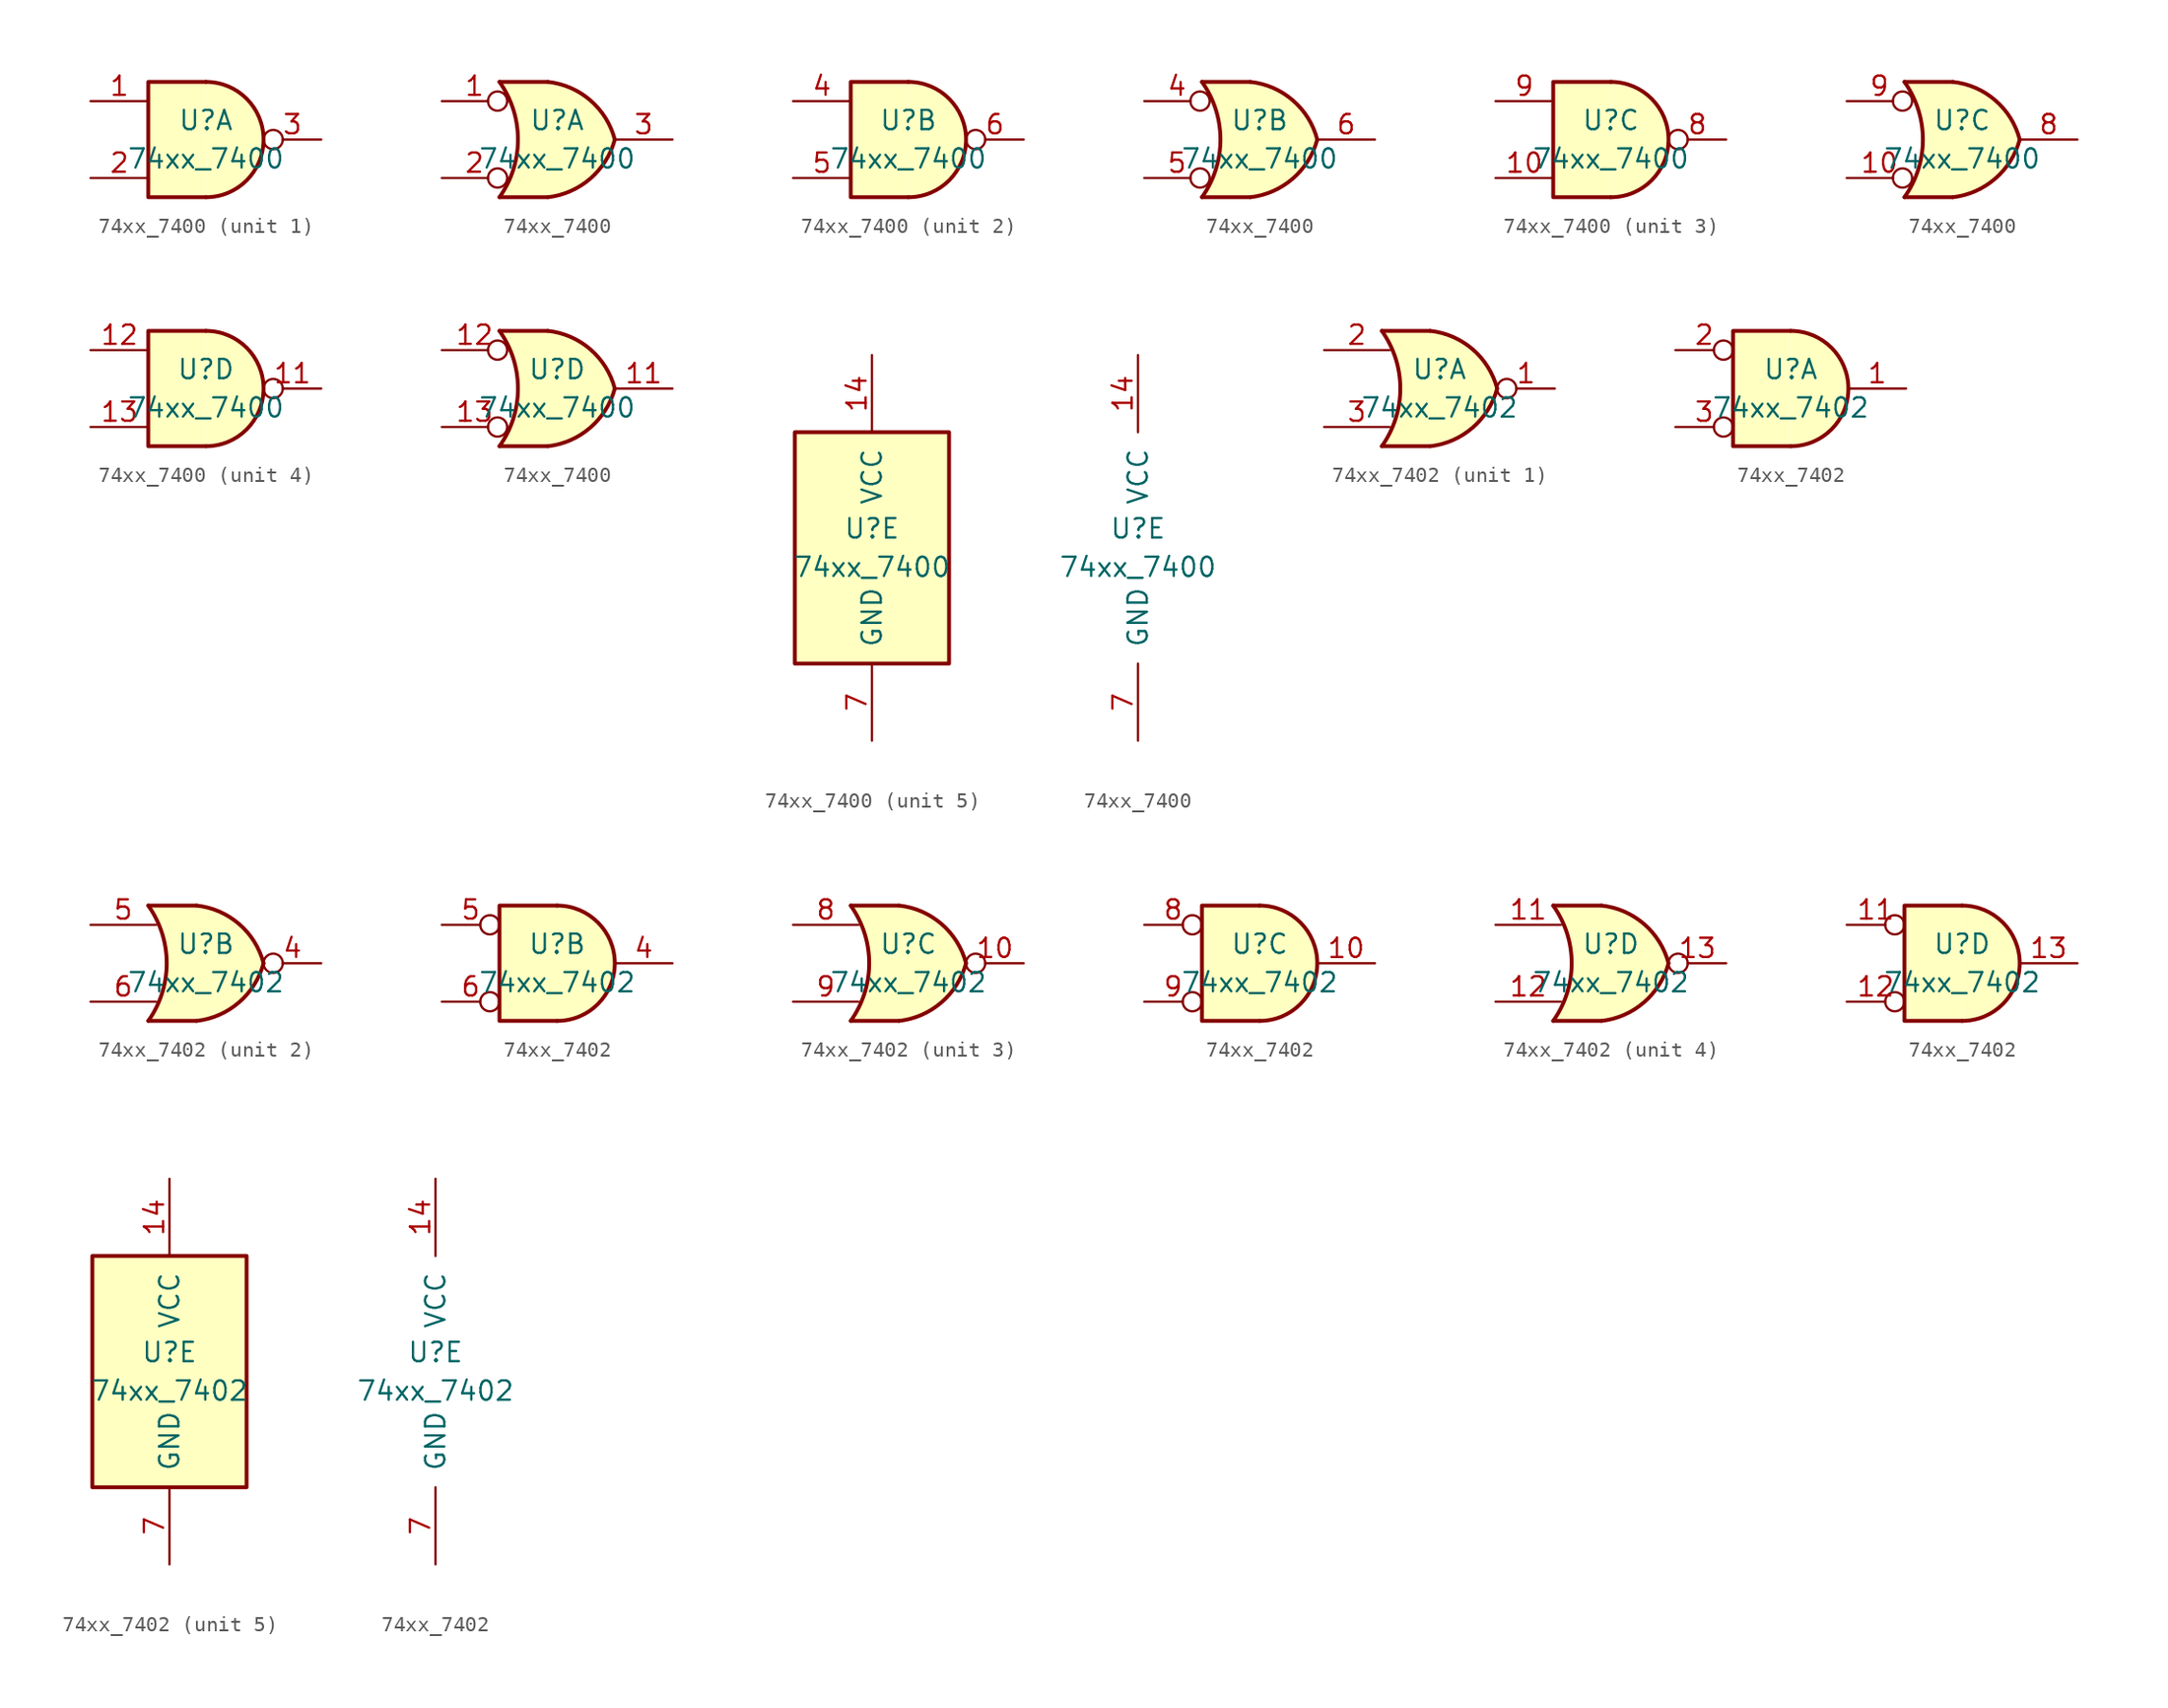
<source format=kicad_sym>
(kicad_symbol_lib
  (version 20220914)
  (generator kicad_symbol_editor)
  (symbol "74xx_7400"
    (pin_names
      (offset 1.016))
    (property "Reference" "U"
      (at 0 1.27 0)
      (effects (font (size 1.27 1.27))))
    (property "Value" "74xx_7400"
      (at 0 -1.27 0)
      (effects (font (size 1.27 1.27))))
    (property "ki_locked" ""
      (at 0 0 0)
      (effects (font (size 1.27 1.27))))
    (symbol "74xx_7400_1_1"
      (arc (start 0 -3.81) (mid 3.81 0) (end 0 3.81) (stroke (width 0.254) (type solid)) (fill (type background)))
      (polyline (pts (xy 0 3.81) (xy -3.81 3.81) (xy -3.81 -3.81) (xy 0 -3.81)) (stroke (width 0.254) (type solid)) (fill (type background)))
      (pin input line (at -7.62 2.54 0) (length 3.81) (name "~" (effects (font (size 1.27 1.27)))) (number "1" (effects (font (size 1.27 1.27)))))
      (pin input line (at -7.62 -2.54 0) (length 3.81) (name "~" (effects (font (size 1.27 1.27)))) (number "2" (effects (font (size 1.27 1.27)))))
      (pin output inverted (at 7.62 0 180) (length 3.81) (name "~" (effects (font (size 1.27 1.27)))) (number "3" (effects (font (size 1.27 1.27))))))
    (symbol "74xx_7400_1_2"
      (arc (start -3.81 -3.81) (mid -2.589 0) (end -3.81 3.81) (stroke (width 0.254) (type solid)) (fill (type none)))
      (arc (start -0.6096 -3.81) (mid 2.1842 -2.5851) (end 3.81 0) (stroke (width 0.254) (type solid)) (fill (type background)))
      (polyline (pts (xy -3.81 -3.81) (xy -0.635 -3.81)) (stroke (width 0.254) (type solid)) (fill (type background)))
      (polyline (pts (xy -3.81 3.81) (xy -0.635 3.81)) (stroke (width 0.254) (type solid)) (fill (type background)))
      (polyline (pts (xy -0.635 3.81) (xy -3.81 3.81) (xy -3.81 3.81) (xy -3.556 3.404) (xy -3.023 2.261) (xy -2.692 1.041) (xy -2.616 -0.254) (xy -2.769 -1.499) (xy -3.175 -2.718) (xy -3.81 -3.81) (xy -3.81 -3.81) (xy -0.635 -3.81)) (stroke (width -25.4) (type solid)) (fill (type background)))
      (arc (start 3.81 0) (mid 2.1915 2.5936) (end -0.6096 3.81) (stroke (width 0.254) (type solid)) (fill (type background)))
      (pin input inverted (at -7.62 2.54 0) (length 4.318) (name "~" (effects (font (size 1.27 1.27)))) (number "1" (effects (font (size 1.27 1.27)))))
      (pin input inverted (at -7.62 -2.54 0) (length 4.318) (name "~" (effects (font (size 1.27 1.27)))) (number "2" (effects (font (size 1.27 1.27)))))
      (pin output line (at 7.62 0 180) (length 3.81) (name "~" (effects (font (size 1.27 1.27)))) (number "3" (effects (font (size 1.27 1.27))))))
    (symbol "74xx_7400_2_1"
      (arc (start 0 -3.81) (mid 3.81 0) (end 0 3.81) (stroke (width 0.254) (type solid)) (fill (type background)))
      (polyline (pts (xy 0 3.81) (xy -3.81 3.81) (xy -3.81 -3.81) (xy 0 -3.81)) (stroke (width 0.254) (type solid)) (fill (type background)))
      (pin input line (at -7.62 2.54 0) (length 3.81) (name "~" (effects (font (size 1.27 1.27)))) (number "4" (effects (font (size 1.27 1.27)))))
      (pin input line (at -7.62 -2.54 0) (length 3.81) (name "~" (effects (font (size 1.27 1.27)))) (number "5" (effects (font (size 1.27 1.27)))))
      (pin output inverted (at 7.62 0 180) (length 3.81) (name "~" (effects (font (size 1.27 1.27)))) (number "6" (effects (font (size 1.27 1.27))))))
    (symbol "74xx_7400_2_2"
      (arc (start -3.81 -3.81) (mid -2.589 0) (end -3.81 3.81) (stroke (width 0.254) (type solid)) (fill (type none)))
      (arc (start -0.6096 -3.81) (mid 2.1842 -2.5851) (end 3.81 0) (stroke (width 0.254) (type solid)) (fill (type background)))
      (polyline (pts (xy -3.81 -3.81) (xy -0.635 -3.81)) (stroke (width 0.254) (type solid)) (fill (type background)))
      (polyline (pts (xy -3.81 3.81) (xy -0.635 3.81)) (stroke (width 0.254) (type solid)) (fill (type background)))
      (polyline (pts (xy -0.635 3.81) (xy -3.81 3.81) (xy -3.81 3.81) (xy -3.556 3.404) (xy -3.023 2.261) (xy -2.692 1.041) (xy -2.616 -0.254) (xy -2.769 -1.499) (xy -3.175 -2.718) (xy -3.81 -3.81) (xy -3.81 -3.81) (xy -0.635 -3.81)) (stroke (width -25.4) (type solid)) (fill (type background)))
      (arc (start 3.81 0) (mid 2.1915 2.5936) (end -0.6096 3.81) (stroke (width 0.254) (type solid)) (fill (type background)))
      (pin input inverted (at -7.62 2.54 0) (length 4.318) (name "~" (effects (font (size 1.27 1.27)))) (number "4" (effects (font (size 1.27 1.27)))))
      (pin input inverted (at -7.62 -2.54 0) (length 4.318) (name "~" (effects (font (size 1.27 1.27)))) (number "5" (effects (font (size 1.27 1.27)))))
      (pin output line (at 7.62 0 180) (length 3.81) (name "~" (effects (font (size 1.27 1.27)))) (number "6" (effects (font (size 1.27 1.27))))))
    (symbol "74xx_7400_3_1"
      (arc (start 0 -3.81) (mid 3.81 0) (end 0 3.81) (stroke (width 0.254) (type solid)) (fill (type background)))
      (polyline (pts (xy 0 3.81) (xy -3.81 3.81) (xy -3.81 -3.81) (xy 0 -3.81)) (stroke (width 0.254) (type solid)) (fill (type background)))
      (pin input line (at -7.62 -2.54 0) (length 3.81) (name "~" (effects (font (size 1.27 1.27)))) (number "10" (effects (font (size 1.27 1.27)))))
      (pin output inverted (at 7.62 0 180) (length 3.81) (name "~" (effects (font (size 1.27 1.27)))) (number "8" (effects (font (size 1.27 1.27)))))
      (pin input line (at -7.62 2.54 0) (length 3.81) (name "~" (effects (font (size 1.27 1.27)))) (number "9" (effects (font (size 1.27 1.27))))))
    (symbol "74xx_7400_3_2"
      (arc (start -3.81 -3.81) (mid -2.589 0) (end -3.81 3.81) (stroke (width 0.254) (type solid)) (fill (type none)))
      (arc (start -0.6096 -3.81) (mid 2.1842 -2.5851) (end 3.81 0) (stroke (width 0.254) (type solid)) (fill (type background)))
      (polyline (pts (xy -3.81 -3.81) (xy -0.635 -3.81)) (stroke (width 0.254) (type solid)) (fill (type background)))
      (polyline (pts (xy -3.81 3.81) (xy -0.635 3.81)) (stroke (width 0.254) (type solid)) (fill (type background)))
      (polyline (pts (xy -0.635 3.81) (xy -3.81 3.81) (xy -3.81 3.81) (xy -3.556 3.404) (xy -3.023 2.261) (xy -2.692 1.041) (xy -2.616 -0.254) (xy -2.769 -1.499) (xy -3.175 -2.718) (xy -3.81 -3.81) (xy -3.81 -3.81) (xy -0.635 -3.81)) (stroke (width -25.4) (type solid)) (fill (type background)))
      (arc (start 3.81 0) (mid 2.1915 2.5936) (end -0.6096 3.81) (stroke (width 0.254) (type solid)) (fill (type background)))
      (pin input inverted (at -7.62 -2.54 0) (length 4.318) (name "~" (effects (font (size 1.27 1.27)))) (number "10" (effects (font (size 1.27 1.27)))))
      (pin output line (at 7.62 0 180) (length 3.81) (name "~" (effects (font (size 1.27 1.27)))) (number "8" (effects (font (size 1.27 1.27)))))
      (pin input inverted (at -7.62 2.54 0) (length 4.318) (name "~" (effects (font (size 1.27 1.27)))) (number "9" (effects (font (size 1.27 1.27))))))
    (symbol "74xx_7400_4_1"
      (arc (start 0 -3.81) (mid 3.81 0) (end 0 3.81) (stroke (width 0.254) (type solid)) (fill (type background)))
      (polyline (pts (xy 0 3.81) (xy -3.81 3.81) (xy -3.81 -3.81) (xy 0 -3.81)) (stroke (width 0.254) (type solid)) (fill (type background)))
      (pin output inverted (at 7.62 0 180) (length 3.81) (name "~" (effects (font (size 1.27 1.27)))) (number "11" (effects (font (size 1.27 1.27)))))
      (pin input line (at -7.62 2.54 0) (length 3.81) (name "~" (effects (font (size 1.27 1.27)))) (number "12" (effects (font (size 1.27 1.27)))))
      (pin input line (at -7.62 -2.54 0) (length 3.81) (name "~" (effects (font (size 1.27 1.27)))) (number "13" (effects (font (size 1.27 1.27))))))
    (symbol "74xx_7400_4_2"
      (arc (start -3.81 -3.81) (mid -2.589 0) (end -3.81 3.81) (stroke (width 0.254) (type solid)) (fill (type none)))
      (arc (start -0.6096 -3.81) (mid 2.1842 -2.5851) (end 3.81 0) (stroke (width 0.254) (type solid)) (fill (type background)))
      (polyline (pts (xy -3.81 -3.81) (xy -0.635 -3.81)) (stroke (width 0.254) (type solid)) (fill (type background)))
      (polyline (pts (xy -3.81 3.81) (xy -0.635 3.81)) (stroke (width 0.254) (type solid)) (fill (type background)))
      (polyline (pts (xy -0.635 3.81) (xy -3.81 3.81) (xy -3.81 3.81) (xy -3.556 3.404) (xy -3.023 2.261) (xy -2.692 1.041) (xy -2.616 -0.254) (xy -2.769 -1.499) (xy -3.175 -2.718) (xy -3.81 -3.81) (xy -3.81 -3.81) (xy -0.635 -3.81)) (stroke (width -25.4) (type solid)) (fill (type background)))
      (arc (start 3.81 0) (mid 2.1915 2.5936) (end -0.6096 3.81) (stroke (width 0.254) (type solid)) (fill (type background)))
      (pin output line (at 7.62 0 180) (length 3.81) (name "~" (effects (font (size 1.27 1.27)))) (number "11" (effects (font (size 1.27 1.27)))))
      (pin input inverted (at -7.62 2.54 0) (length 4.318) (name "~" (effects (font (size 1.27 1.27)))) (number "12" (effects (font (size 1.27 1.27)))))
      (pin input inverted (at -7.62 -2.54 0) (length 4.318) (name "~" (effects (font (size 1.27 1.27)))) (number "13" (effects (font (size 1.27 1.27))))))
    (symbol "74xx_7400_5_0"
      (pin power_in line (at 0 12.7 270) (length 5.08) (name "VCC" (effects (font (size 1.27 1.27)))) (number "14" (effects (font (size 1.27 1.27)))))
      (pin power_in line (at 0 -12.7 90) (length 5.08) (name "GND" (effects (font (size 1.27 1.27)))) (number "7" (effects (font (size 1.27 1.27))))))
    (symbol "74xx_7400_5_1"
      (rectangle (start -5.08 7.62) (end 5.08 -7.62) (stroke (width 0.254) (type solid)) (fill (type background)))))
  (symbol "74xx_7402"
    (pin_names
      (offset 1.016))
    (property "Reference" "U"
      (at 0 1.27 0)
      (effects (font (size 1.27 1.27))))
    (property "Value" "74xx_7402"
      (at 0 -1.27 0)
      (effects (font (size 1.27 1.27))))
    (property "ki_locked" ""
      (at 0 0 0)
      (effects (font (size 1.27 1.27))))
    (symbol "74xx_7402_1_1"
      (arc (start -3.81 -3.81) (mid -2.589 0) (end -3.81 3.81) (stroke (width 0.254) (type solid)) (fill (type none)))
      (arc (start -0.6096 -3.81) (mid 2.1842 -2.5851) (end 3.81 0) (stroke (width 0.254) (type solid)) (fill (type background)))
      (polyline (pts (xy -3.81 -3.81) (xy -0.635 -3.81)) (stroke (width 0.254) (type solid)) (fill (type background)))
      (polyline (pts (xy -3.81 3.81) (xy -0.635 3.81)) (stroke (width 0.254) (type solid)) (fill (type background)))
      (polyline (pts (xy -0.635 3.81) (xy -3.81 3.81) (xy -3.81 3.81) (xy -3.556 3.404) (xy -3.023 2.261) (xy -2.692 1.041) (xy -2.616 -0.254) (xy -2.769 -1.499) (xy -3.175 -2.718) (xy -3.81 -3.81) (xy -3.81 -3.81) (xy -0.635 -3.81)) (stroke (width -25.4) (type solid)) (fill (type background)))
      (arc (start 3.81 0) (mid 2.1915 2.5936) (end -0.6096 3.81) (stroke (width 0.254) (type solid)) (fill (type background)))
      (pin output inverted (at 7.62 0 180) (length 3.81) (name "~" (effects (font (size 1.27 1.27)))) (number "1" (effects (font (size 1.27 1.27)))))
      (pin input line (at -7.62 2.54 0) (length 4.318) (name "~" (effects (font (size 1.27 1.27)))) (number "2" (effects (font (size 1.27 1.27)))))
      (pin input line (at -7.62 -2.54 0) (length 4.318) (name "~" (effects (font (size 1.27 1.27)))) (number "3" (effects (font (size 1.27 1.27))))))
    (symbol "74xx_7402_1_2"
      (arc (start 0 -3.81) (mid 3.81 0) (end 0 3.81) (stroke (width 0.254) (type solid)) (fill (type background)))
      (polyline (pts (xy 0 3.81) (xy -3.81 3.81) (xy -3.81 -3.81) (xy 0 -3.81)) (stroke (width 0.254) (type solid)) (fill (type background)))
      (pin output line (at 7.62 0 180) (length 3.81) (name "~" (effects (font (size 1.27 1.27)))) (number "1" (effects (font (size 1.27 1.27)))))
      (pin input inverted (at -7.62 2.54 0) (length 3.81) (name "~" (effects (font (size 1.27 1.27)))) (number "2" (effects (font (size 1.27 1.27)))))
      (pin input inverted (at -7.62 -2.54 0) (length 3.81) (name "~" (effects (font (size 1.27 1.27)))) (number "3" (effects (font (size 1.27 1.27))))))
    (symbol "74xx_7402_2_1"
      (arc (start -3.81 -3.81) (mid -2.589 0) (end -3.81 3.81) (stroke (width 0.254) (type solid)) (fill (type none)))
      (arc (start -0.6096 -3.81) (mid 2.1842 -2.5851) (end 3.81 0) (stroke (width 0.254) (type solid)) (fill (type background)))
      (polyline (pts (xy -3.81 -3.81) (xy -0.635 -3.81)) (stroke (width 0.254) (type solid)) (fill (type background)))
      (polyline (pts (xy -3.81 3.81) (xy -0.635 3.81)) (stroke (width 0.254) (type solid)) (fill (type background)))
      (polyline (pts (xy -0.635 3.81) (xy -3.81 3.81) (xy -3.81 3.81) (xy -3.556 3.404) (xy -3.023 2.261) (xy -2.692 1.041) (xy -2.616 -0.254) (xy -2.769 -1.499) (xy -3.175 -2.718) (xy -3.81 -3.81) (xy -3.81 -3.81) (xy -0.635 -3.81)) (stroke (width -25.4) (type solid)) (fill (type background)))
      (arc (start 3.81 0) (mid 2.1915 2.5936) (end -0.6096 3.81) (stroke (width 0.254) (type solid)) (fill (type background)))
      (pin output inverted (at 7.62 0 180) (length 3.81) (name "~" (effects (font (size 1.27 1.27)))) (number "4" (effects (font (size 1.27 1.27)))))
      (pin input line (at -7.62 2.54 0) (length 4.318) (name "~" (effects (font (size 1.27 1.27)))) (number "5" (effects (font (size 1.27 1.27)))))
      (pin input line (at -7.62 -2.54 0) (length 4.318) (name "~" (effects (font (size 1.27 1.27)))) (number "6" (effects (font (size 1.27 1.27))))))
    (symbol "74xx_7402_2_2"
      (arc (start 0 -3.81) (mid 3.81 0) (end 0 3.81) (stroke (width 0.254) (type solid)) (fill (type background)))
      (polyline (pts (xy 0 3.81) (xy -3.81 3.81) (xy -3.81 -3.81) (xy 0 -3.81)) (stroke (width 0.254) (type solid)) (fill (type background)))
      (pin output line (at 7.62 0 180) (length 3.81) (name "~" (effects (font (size 1.27 1.27)))) (number "4" (effects (font (size 1.27 1.27)))))
      (pin input inverted (at -7.62 2.54 0) (length 3.81) (name "~" (effects (font (size 1.27 1.27)))) (number "5" (effects (font (size 1.27 1.27)))))
      (pin input inverted (at -7.62 -2.54 0) (length 3.81) (name "~" (effects (font (size 1.27 1.27)))) (number "6" (effects (font (size 1.27 1.27))))))
    (symbol "74xx_7402_3_1"
      (arc (start -3.81 -3.81) (mid -2.589 0) (end -3.81 3.81) (stroke (width 0.254) (type solid)) (fill (type none)))
      (arc (start -0.6096 -3.81) (mid 2.1842 -2.5851) (end 3.81 0) (stroke (width 0.254) (type solid)) (fill (type background)))
      (polyline (pts (xy -3.81 -3.81) (xy -0.635 -3.81)) (stroke (width 0.254) (type solid)) (fill (type background)))
      (polyline (pts (xy -3.81 3.81) (xy -0.635 3.81)) (stroke (width 0.254) (type solid)) (fill (type background)))
      (polyline (pts (xy -0.635 3.81) (xy -3.81 3.81) (xy -3.81 3.81) (xy -3.556 3.404) (xy -3.023 2.261) (xy -2.692 1.041) (xy -2.616 -0.254) (xy -2.769 -1.499) (xy -3.175 -2.718) (xy -3.81 -3.81) (xy -3.81 -3.81) (xy -0.635 -3.81)) (stroke (width -25.4) (type solid)) (fill (type background)))
      (arc (start 3.81 0) (mid 2.1915 2.5936) (end -0.6096 3.81) (stroke (width 0.254) (type solid)) (fill (type background)))
      (pin output inverted (at 7.62 0 180) (length 3.81) (name "~" (effects (font (size 1.27 1.27)))) (number "10" (effects (font (size 1.27 1.27)))))
      (pin input line (at -7.62 2.54 0) (length 4.318) (name "~" (effects (font (size 1.27 1.27)))) (number "8" (effects (font (size 1.27 1.27)))))
      (pin input line (at -7.62 -2.54 0) (length 4.318) (name "~" (effects (font (size 1.27 1.27)))) (number "9" (effects (font (size 1.27 1.27))))))
    (symbol "74xx_7402_3_2"
      (arc (start 0 -3.81) (mid 3.81 0) (end 0 3.81) (stroke (width 0.254) (type solid)) (fill (type background)))
      (polyline (pts (xy 0 3.81) (xy -3.81 3.81) (xy -3.81 -3.81) (xy 0 -3.81)) (stroke (width 0.254) (type solid)) (fill (type background)))
      (pin output line (at 7.62 0 180) (length 3.81) (name "~" (effects (font (size 1.27 1.27)))) (number "10" (effects (font (size 1.27 1.27)))))
      (pin input inverted (at -7.62 2.54 0) (length 3.81) (name "~" (effects (font (size 1.27 1.27)))) (number "8" (effects (font (size 1.27 1.27)))))
      (pin input inverted (at -7.62 -2.54 0) (length 3.81) (name "~" (effects (font (size 1.27 1.27)))) (number "9" (effects (font (size 1.27 1.27))))))
    (symbol "74xx_7402_4_1"
      (arc (start -3.81 -3.81) (mid -2.589 0) (end -3.81 3.81) (stroke (width 0.254) (type solid)) (fill (type none)))
      (arc (start -0.6096 -3.81) (mid 2.1842 -2.5851) (end 3.81 0) (stroke (width 0.254) (type solid)) (fill (type background)))
      (polyline (pts (xy -3.81 -3.81) (xy -0.635 -3.81)) (stroke (width 0.254) (type solid)) (fill (type background)))
      (polyline (pts (xy -3.81 3.81) (xy -0.635 3.81)) (stroke (width 0.254) (type solid)) (fill (type background)))
      (polyline (pts (xy -0.635 3.81) (xy -3.81 3.81) (xy -3.81 3.81) (xy -3.556 3.404) (xy -3.023 2.261) (xy -2.692 1.041) (xy -2.616 -0.254) (xy -2.769 -1.499) (xy -3.175 -2.718) (xy -3.81 -3.81) (xy -3.81 -3.81) (xy -0.635 -3.81)) (stroke (width -25.4) (type solid)) (fill (type background)))
      (arc (start 3.81 0) (mid 2.1915 2.5936) (end -0.6096 3.81) (stroke (width 0.254) (type solid)) (fill (type background)))
      (pin input line (at -7.62 2.54 0) (length 4.318) (name "~" (effects (font (size 1.27 1.27)))) (number "11" (effects (font (size 1.27 1.27)))))
      (pin input line (at -7.62 -2.54 0) (length 4.318) (name "~" (effects (font (size 1.27 1.27)))) (number "12" (effects (font (size 1.27 1.27)))))
      (pin output inverted (at 7.62 0 180) (length 3.81) (name "~" (effects (font (size 1.27 1.27)))) (number "13" (effects (font (size 1.27 1.27))))))
    (symbol "74xx_7402_4_2"
      (arc (start 0 -3.81) (mid 3.81 0) (end 0 3.81) (stroke (width 0.254) (type solid)) (fill (type background)))
      (polyline (pts (xy 0 3.81) (xy -3.81 3.81) (xy -3.81 -3.81) (xy 0 -3.81)) (stroke (width 0.254) (type solid)) (fill (type background)))
      (pin input inverted (at -7.62 2.54 0) (length 3.81) (name "~" (effects (font (size 1.27 1.27)))) (number "11" (effects (font (size 1.27 1.27)))))
      (pin input inverted (at -7.62 -2.54 0) (length 3.81) (name "~" (effects (font (size 1.27 1.27)))) (number "12" (effects (font (size 1.27 1.27)))))
      (pin output line (at 7.62 0 180) (length 3.81) (name "~" (effects (font (size 1.27 1.27)))) (number "13" (effects (font (size 1.27 1.27))))))
    (symbol "74xx_7402_5_0"
      (pin power_in line (at 0 12.7 270) (length 5.08) (name "VCC" (effects (font (size 1.27 1.27)))) (number "14" (effects (font (size 1.27 1.27)))))
      (pin power_in line (at 0 -12.7 90) (length 5.08) (name "GND" (effects (font (size 1.27 1.27)))) (number "7" (effects (font (size 1.27 1.27))))))
    (symbol "74xx_7402_5_1"
      (rectangle (start -5.08 7.62) (end 5.08 -7.62) (stroke (width 0.254) (type solid)) (fill (type background))))))
</source>
